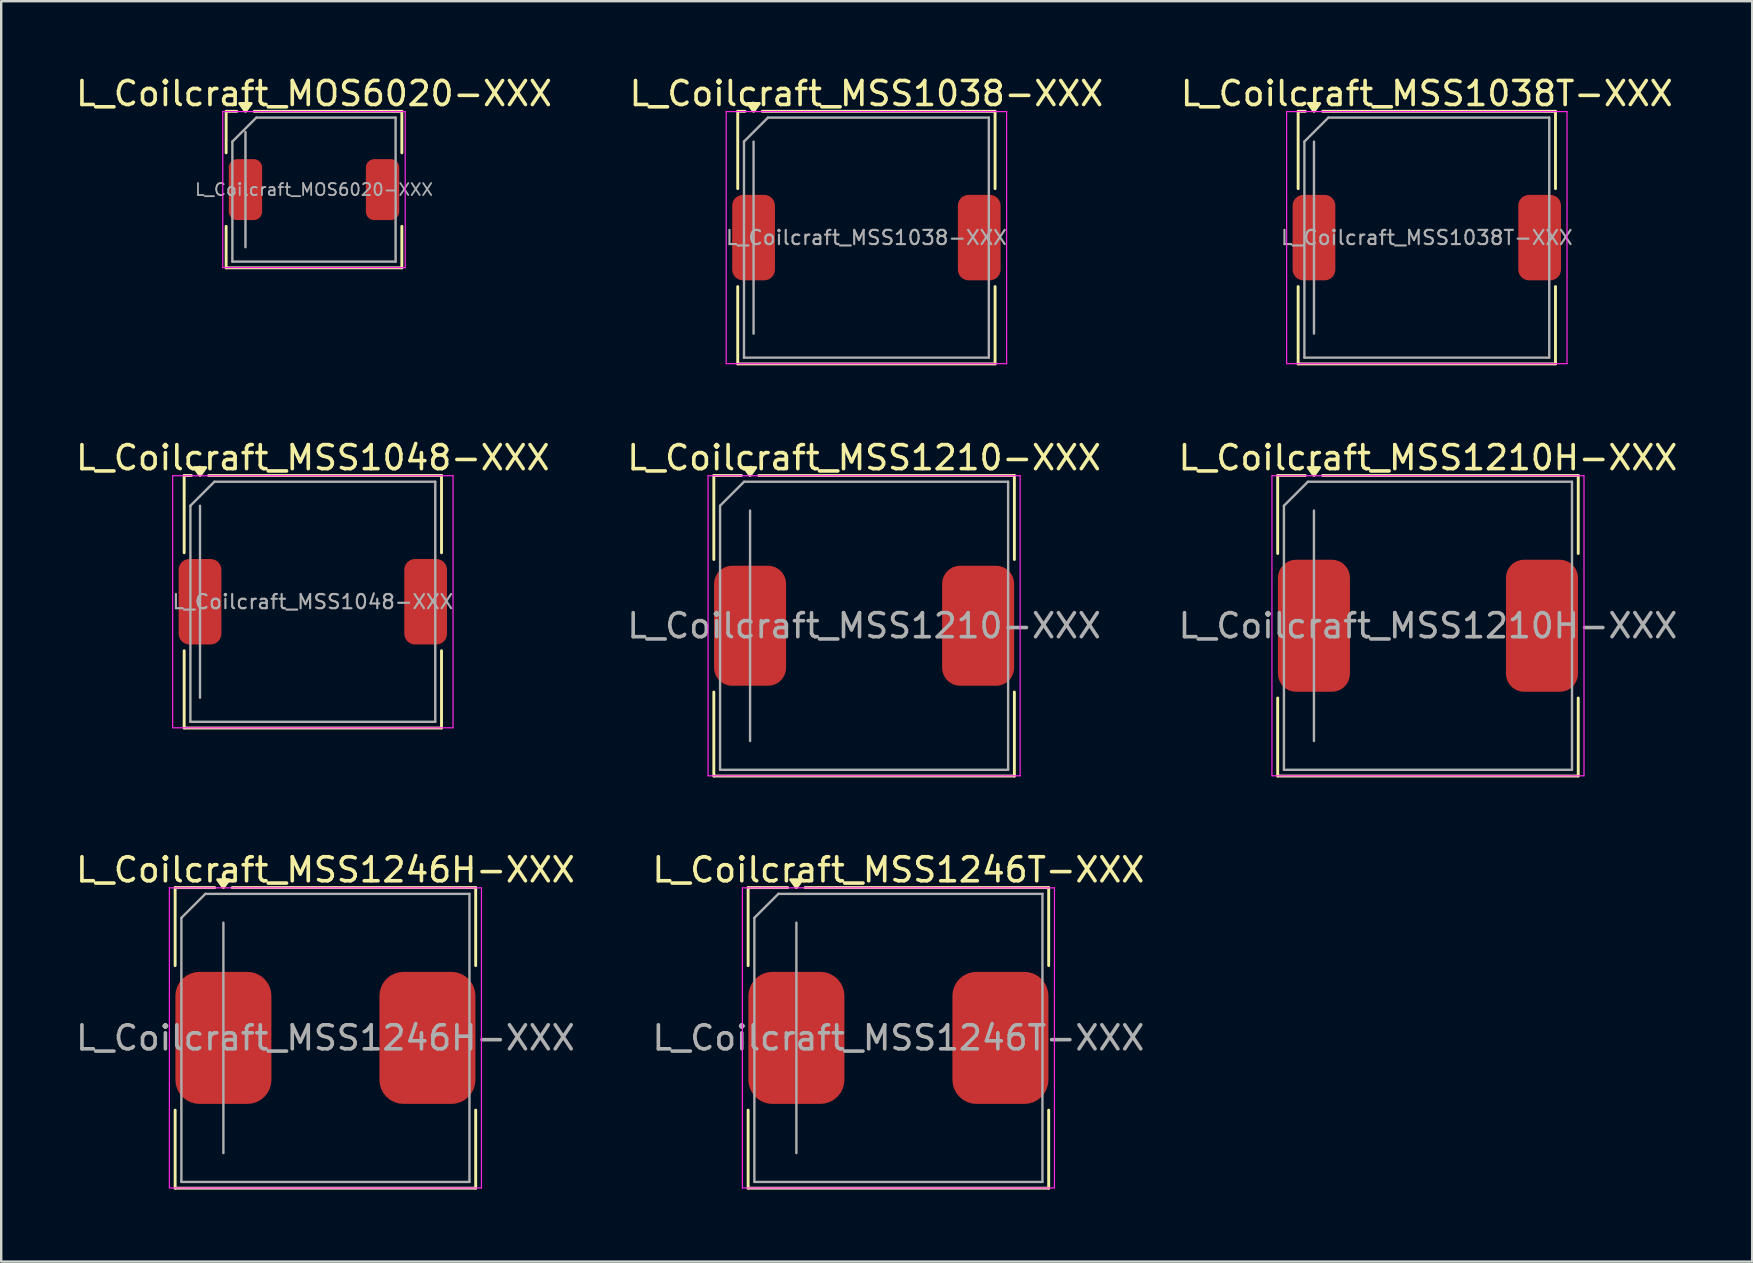
<source format=kicad_pcb>
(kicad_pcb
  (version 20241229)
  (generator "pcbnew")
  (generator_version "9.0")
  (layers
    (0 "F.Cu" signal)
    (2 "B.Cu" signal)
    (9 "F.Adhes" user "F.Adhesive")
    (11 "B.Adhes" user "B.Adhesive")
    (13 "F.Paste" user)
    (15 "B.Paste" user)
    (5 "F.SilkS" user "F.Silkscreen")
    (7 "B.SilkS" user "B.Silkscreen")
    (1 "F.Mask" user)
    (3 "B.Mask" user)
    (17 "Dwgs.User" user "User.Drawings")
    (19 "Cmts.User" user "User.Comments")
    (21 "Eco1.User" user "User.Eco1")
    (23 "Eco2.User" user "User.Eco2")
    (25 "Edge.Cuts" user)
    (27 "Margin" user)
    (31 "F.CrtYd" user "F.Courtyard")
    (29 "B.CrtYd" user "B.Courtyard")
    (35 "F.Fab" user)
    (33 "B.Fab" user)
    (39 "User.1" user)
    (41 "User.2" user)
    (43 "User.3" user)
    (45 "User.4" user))
  (footprint "L_Coilcraft_MSS1210H-XXX"
    (layer "F.Cu")
    (at 56.435 23.017)
    (property "Reference" "L_Coilcraft_MSS1210H-XXX" (at 0 -7 0) (layer "F.SilkS") (effects (font (size 1 1) (thickness 0.15))))
    (attr smd)
    (fp_line (start -6.26 -6.26) (end -6.26 -3.01) (stroke (width 0.12) (type solid)) (layer "F.SilkS"))
    (fp_line (start -6.26 -6.26) (end -5.11 -6.26) (stroke (width 0.12) (type solid)) (layer "F.SilkS"))
    (fp_line (start -6.26 6.26) (end -6.26 3.01) (stroke (width 0.12) (type solid)) (layer "F.SilkS"))
    (fp_line (start -6.26 6.26) (end 6.26 6.26) (stroke (width 0.12) (type solid)) (layer "F.SilkS"))
    (fp_line (start -4.39 -6.26) (end 6.26 -6.26) (stroke (width 0.12) (type solid)) (layer "F.SilkS"))
    (fp_line (start 6.26 -6.26) (end 6.26 -3.01) (stroke (width 0.12) (type solid)) (layer "F.SilkS"))
    (fp_line (start 6.26 6.26) (end 6.26 3.01) (stroke (width 0.12) (type solid)) (layer "F.SilkS"))
    (fp_poly (pts (xy -4.75 -6.26) (xy -4.99 -6.59) (xy -4.51 -6.59) (xy -4.75 -6.26)) (stroke (width 0.12) (type solid)) (fill yes) (layer "F.SilkS"))
    (fp_line (start -6.5 -6.25) (end -6.5 6.25) (stroke (width 0.05) (type solid)) (layer "F.CrtYd"))
    (fp_line (start -6.5 6.25) (end 6.5 6.25) (stroke (width 0.05) (type solid)) (layer "F.CrtYd"))
    (fp_line (start 6.5 -6.25) (end -6.5 -6.25) (stroke (width 0.05) (type solid)) (layer "F.CrtYd"))
    (fp_line (start 6.5 6.25) (end 6.5 -6.25) (stroke (width 0.05) (type solid)) (layer "F.CrtYd"))
    (fp_line (start -6 -5) (end -5 -6) (stroke (width 0.1) (type solid)) (layer "F.Fab"))
    (fp_line (start -6 6) (end -6 -5) (stroke (width 0.1) (type solid)) (layer "F.Fab"))
    (fp_line (start -5 -6) (end 6 -6) (stroke (width 0.1) (type solid)) (layer "F.Fab"))
    (fp_line (start -4.75 4.8) (end -4.75 -4.8) (stroke (width 0.1) (type solid)) (layer "F.Fab"))
    (fp_line (start 6 -6) (end 6 6) (stroke (width 0.1) (type solid)) (layer "F.Fab"))
    (fp_line (start 6 6) (end -6 6) (stroke (width 0.1) (type solid)) (layer "F.Fab"))
    (fp_text user "${REFERENCE}" (at 0 0 0) (layer "F.Fab") (effects (font (size 1 1) (thickness 0.15))))
    (pad "1" smd roundrect (at -4.75 0) (size 3 5.5) (layers "F.Cu" "F.Mask" "F.Paste") (roundrect_rratio 0.25))
    (pad "2" smd roundrect (at 4.75 0) (size 3 5.5) (layers "F.Cu" "F.Mask" "F.Paste") (roundrect_rratio 0.25)))
  (footprint "L_Coilcraft_MSS1210-XXX"
    (layer "F.Cu")
    (at 32.946 23.017)
    (property "Reference" "L_Coilcraft_MSS1210-XXX" (at 0 -7 0) (layer "F.SilkS") (effects (font (size 1 1) (thickness 0.15))))
    (attr smd)
    (fp_line (start -6.26 -6.26) (end -6.26 -2.76) (stroke (width 0.12) (type solid)) (layer "F.SilkS"))
    (fp_line (start -6.26 -6.26) (end -5.11 -6.26) (stroke (width 0.12) (type solid)) (layer "F.SilkS"))
    (fp_line (start -6.26 6.26) (end -6.26 2.76) (stroke (width 0.12) (type solid)) (layer "F.SilkS"))
    (fp_line (start -6.26 6.26) (end 6.26 6.26) (stroke (width 0.12) (type solid)) (layer "F.SilkS"))
    (fp_line (start -4.39 -6.26) (end 6.26 -6.26) (stroke (width 0.12) (type solid)) (layer "F.SilkS"))
    (fp_line (start 6.26 -6.26) (end 6.26 -2.76) (stroke (width 0.12) (type solid)) (layer "F.SilkS"))
    (fp_line (start 6.26 6.26) (end 6.26 2.76) (stroke (width 0.12) (type solid)) (layer "F.SilkS"))
    (fp_poly (pts (xy -4.75 -6.26) (xy -4.99 -6.59) (xy -4.51 -6.59) (xy -4.75 -6.26)) (stroke (width 0.12) (type solid)) (fill yes) (layer "F.SilkS"))
    (fp_line (start -6.5 -6.25) (end -6.5 6.25) (stroke (width 0.05) (type solid)) (layer "F.CrtYd"))
    (fp_line (start -6.5 6.25) (end 6.5 6.25) (stroke (width 0.05) (type solid)) (layer "F.CrtYd"))
    (fp_line (start 6.5 -6.25) (end -6.5 -6.25) (stroke (width 0.05) (type solid)) (layer "F.CrtYd"))
    (fp_line (start 6.5 6.25) (end 6.5 -6.25) (stroke (width 0.05) (type solid)) (layer "F.CrtYd"))
    (fp_line (start -6 -5) (end -5 -6) (stroke (width 0.1) (type solid)) (layer "F.Fab"))
    (fp_line (start -6 6) (end -6 -5) (stroke (width 0.1) (type solid)) (layer "F.Fab"))
    (fp_line (start -5 -6) (end 6 -6) (stroke (width 0.1) (type solid)) (layer "F.Fab"))
    (fp_line (start -4.75 4.8) (end -4.75 -4.8) (stroke (width 0.1) (type solid)) (layer "F.Fab"))
    (fp_line (start 6 -6) (end 6 6) (stroke (width 0.1) (type solid)) (layer "F.Fab"))
    (fp_line (start 6 6) (end -6 6) (stroke (width 0.1) (type solid)) (layer "F.Fab"))
    (fp_text user "${REFERENCE}" (at 0 0 0) (layer "F.Fab") (effects (font (size 1 1) (thickness 0.15))))
    (pad "1" smd roundrect (at -4.75 0) (size 3 5) (layers "F.Cu" "F.Mask" "F.Paste") (roundrect_rratio 0.25))
    (pad "2" smd roundrect (at 4.75 0) (size 3 5) (layers "F.Cu" "F.Mask" "F.Paste") (roundrect_rratio 0.25)))
  (footprint "L_Coilcraft_MSS1038T-XXX"
    (layer "F.Cu")
    (at 56.387 6.848)
    (property "Reference" "L_Coilcraft_MSS1038T-XXX" (at 0 -6 0) (layer "F.SilkS") (effects (font (size 1 1) (thickness 0.15))))
    (attr smd)
    (fp_line (start -5.36 -5.26) (end -5.36 -2.04) (stroke (width 0.12) (type solid)) (layer "F.SilkS"))
    (fp_line (start -5.36 -5.26) (end -5.06 -5.26) (stroke (width 0.12) (type solid)) (layer "F.SilkS"))
    (fp_line (start -5.36 5.26) (end -5.36 2.04) (stroke (width 0.12) (type solid)) (layer "F.SilkS"))
    (fp_line (start -5.36 5.26) (end 5.36 5.26) (stroke (width 0.12) (type solid)) (layer "F.SilkS"))
    (fp_line (start -4.34 -5.26) (end 5.36 -5.26) (stroke (width 0.12) (type solid)) (layer "F.SilkS"))
    (fp_line (start 5.36 -5.26) (end 5.36 -2.04) (stroke (width 0.12) (type solid)) (layer "F.SilkS"))
    (fp_line (start 5.36 5.26) (end 5.36 2.04) (stroke (width 0.12) (type solid)) (layer "F.SilkS"))
    (fp_poly (pts (xy -4.7 -5.26) (xy -4.94 -5.59) (xy -4.46 -5.59) (xy -4.7 -5.26)) (stroke (width 0.12) (type solid)) (fill yes) (layer "F.SilkS"))
    (fp_line (start -5.84 -5.25) (end -5.84 5.25) (stroke (width 0.05) (type solid)) (layer "F.CrtYd"))
    (fp_line (start -5.84 5.25) (end 5.84 5.25) (stroke (width 0.05) (type solid)) (layer "F.CrtYd"))
    (fp_line (start 5.84 -5.25) (end -5.84 -5.25) (stroke (width 0.05) (type solid)) (layer "F.CrtYd"))
    (fp_line (start 5.84 5.25) (end 5.84 -5.25) (stroke (width 0.05) (type solid)) (layer "F.CrtYd"))
    (fp_line (start -5.1 -4) (end -4.1 -5) (stroke (width 0.1) (type solid)) (layer "F.Fab"))
    (fp_line (start -5.1 5) (end -5.1 -4) (stroke (width 0.1) (type solid)) (layer "F.Fab"))
    (fp_line (start -4.7 4) (end -4.7 -4) (stroke (width 0.1) (type solid)) (layer "F.Fab"))
    (fp_line (start -4.1 -5) (end 5.1 -5) (stroke (width 0.1) (type solid)) (layer "F.Fab"))
    (fp_line (start 5.1 -5) (end 5.1 5) (stroke (width 0.1) (type solid)) (layer "F.Fab"))
    (fp_line (start 5.1 5) (end -5.1 5) (stroke (width 0.1) (type solid)) (layer "F.Fab"))
    (fp_text user "${REFERENCE}" (at 0 0 0) (layer "F.Fab") (effects (font (size 0.593 0.593) (thickness 0.089))))
    (pad "1" smd roundrect (at -4.7 0) (size 1.78 3.56) (layers "F.Cu" "F.Mask" "F.Paste") (roundrect_rratio 0.25))
    (pad "2" smd roundrect (at 4.7 0) (size 1.78 3.56) (layers "F.Cu" "F.Mask" "F.Paste") (roundrect_rratio 0.25)))
  (footprint "L_Coilcraft_MOS6020-XXX"
    (layer "F.Cu")
    (at 10.03 4.848)
    (property "Reference" "L_Coilcraft_MOS6020-XXX" (at 0 -4 0) (layer "F.SilkS") (effects (font (size 1 1) (thickness 0.15))))
    (attr smd)
    (fp_line (start -3.66 -3.26) (end -3.66 -1.53) (stroke (width 0.12) (type solid)) (layer "F.SilkS"))
    (fp_line (start -3.66 -3.26) (end -3.215 -3.26) (stroke (width 0.12) (type solid)) (layer "F.SilkS"))
    (fp_line (start -3.66 3.26) (end -3.66 1.53) (stroke (width 0.12) (type solid)) (layer "F.SilkS"))
    (fp_line (start -3.66 3.26) (end 3.66 3.26) (stroke (width 0.12) (type solid)) (layer "F.SilkS"))
    (fp_line (start -2.495 -3.26) (end 3.66 -3.26) (stroke (width 0.12) (type solid)) (layer "F.SilkS"))
    (fp_line (start 3.66 -3.26) (end 3.66 -1.53) (stroke (width 0.12) (type solid)) (layer "F.SilkS"))
    (fp_line (start 3.66 3.26) (end 3.66 1.53) (stroke (width 0.12) (type solid)) (layer "F.SilkS"))
    (fp_poly (pts (xy -2.855 -3.26) (xy -3.095 -3.59) (xy -2.615 -3.59) (xy -2.855 -3.26)) (stroke (width 0.12) (type solid)) (fill yes) (layer "F.SilkS"))
    (fp_line (start -3.8 -3.25) (end -3.8 3.25) (stroke (width 0.05) (type solid)) (layer "F.CrtYd"))
    (fp_line (start -3.8 3.25) (end 3.8 3.25) (stroke (width 0.05) (type solid)) (layer "F.CrtYd"))
    (fp_line (start 3.8 -3.25) (end -3.8 -3.25) (stroke (width 0.05) (type solid)) (layer "F.CrtYd"))
    (fp_line (start 3.8 3.25) (end 3.8 -3.25) (stroke (width 0.05) (type solid)) (layer "F.CrtYd"))
    (fp_line (start -3.4 -2) (end -2.4 -3) (stroke (width 0.1) (type solid)) (layer "F.Fab"))
    (fp_line (start -3.4 3) (end -3.4 -2) (stroke (width 0.1) (type solid)) (layer "F.Fab"))
    (fp_line (start -2.855 2.4) (end -2.855 -2.4) (stroke (width 0.1) (type solid)) (layer "F.Fab"))
    (fp_line (start -2.4 -3) (end 3.4 -3) (stroke (width 0.1) (type solid)) (layer "F.Fab"))
    (fp_line (start 3.4 -3) (end 3.4 3) (stroke (width 0.1) (type solid)) (layer "F.Fab"))
    (fp_line (start 3.4 3) (end -3.4 3) (stroke (width 0.1) (type solid)) (layer "F.Fab"))
    (fp_text user "${REFERENCE}" (at 0 0 0) (layer "F.Fab") (effects (font (size 0.5 0.5) (thickness 0.075))))
    (pad "1" smd roundrect (at -2.855 0) (size 1.39 2.54) (layers "F.Cu" "F.Mask" "F.Paste") (roundrect_rratio 0.25))
    (pad "2" smd roundrect (at 2.855 0) (size 1.39 2.54) (layers "F.Cu" "F.Mask" "F.Paste") (roundrect_rratio 0.25)))
  (footprint "L_Coilcraft_MSS1246T-XXX"
    (layer "F.Cu")
    (at 34.375 40.185)
    (property "Reference" "L_Coilcraft_MSS1246T-XXX" (at 0 -7 0) (layer "F.SilkS") (effects (font (size 1 1) (thickness 0.15))))
    (attr smd)
    (fp_line (start -6.26 -6.26) (end -6.26 -3.01) (stroke (width 0.12) (type solid)) (layer "F.SilkS"))
    (fp_line (start -6.26 -6.26) (end -4.61 -6.26) (stroke (width 0.12) (type solid)) (layer "F.SilkS"))
    (fp_line (start -6.26 6.26) (end -6.26 3.01) (stroke (width 0.12) (type solid)) (layer "F.SilkS"))
    (fp_line (start -6.26 6.26) (end 6.26 6.26) (stroke (width 0.12) (type solid)) (layer "F.SilkS"))
    (fp_line (start -3.89 -6.26) (end 6.26 -6.26) (stroke (width 0.12) (type solid)) (layer "F.SilkS"))
    (fp_line (start 6.26 -6.26) (end 6.26 -3.01) (stroke (width 0.12) (type solid)) (layer "F.SilkS"))
    (fp_line (start 6.26 6.26) (end 6.26 3.01) (stroke (width 0.12) (type solid)) (layer "F.SilkS"))
    (fp_poly (pts (xy -4.25 -6.26) (xy -4.49 -6.59) (xy -4.01 -6.59) (xy -4.25 -6.26)) (stroke (width 0.12) (type solid)) (fill yes) (layer "F.SilkS"))
    (fp_line (start -6.5 -6.25) (end -6.5 6.25) (stroke (width 0.05) (type solid)) (layer "F.CrtYd"))
    (fp_line (start -6.5 6.25) (end 6.5 6.25) (stroke (width 0.05) (type solid)) (layer "F.CrtYd"))
    (fp_line (start 6.5 -6.25) (end -6.5 -6.25) (stroke (width 0.05) (type solid)) (layer "F.CrtYd"))
    (fp_line (start 6.5 6.25) (end 6.5 -6.25) (stroke (width 0.05) (type solid)) (layer "F.CrtYd"))
    (fp_line (start -6 -5) (end -5 -6) (stroke (width 0.1) (type solid)) (layer "F.Fab"))
    (fp_line (start -6 6) (end -6 -5) (stroke (width 0.1) (type solid)) (layer "F.Fab"))
    (fp_line (start -5 -6) (end 6 -6) (stroke (width 0.1) (type solid)) (layer "F.Fab"))
    (fp_line (start -4.25 4.8) (end -4.25 -4.8) (stroke (width 0.1) (type solid)) (layer "F.Fab"))
    (fp_line (start 6 -6) (end 6 6) (stroke (width 0.1) (type solid)) (layer "F.Fab"))
    (fp_line (start 6 6) (end -6 6) (stroke (width 0.1) (type solid)) (layer "F.Fab"))
    (fp_text user "${REFERENCE}" (at 0 0 0) (layer "F.Fab") (effects (font (size 1 1) (thickness 0.15))))
    (pad "1" smd roundrect (at -4.25 0) (size 4 5.5) (layers "F.Cu" "F.Mask" "F.Paste") (roundrect_rratio 0.25))
    (pad "2" smd roundrect (at 4.25 0) (size 4 5.5) (layers "F.Cu" "F.Mask" "F.Paste") (roundrect_rratio 0.25)))
  (footprint "L_Coilcraft_MSS1048-XXX"
    (layer "F.Cu")
    (at 9.982 22.017)
    (property "Reference" "L_Coilcraft_MSS1048-XXX" (at 0 -6 0) (layer "F.SilkS") (effects (font (size 1 1) (thickness 0.15))))
    (attr smd)
    (fp_line (start -5.36 -5.26) (end -5.36 -2.04) (stroke (width 0.12) (type solid)) (layer "F.SilkS"))
    (fp_line (start -5.36 -5.26) (end -5.06 -5.26) (stroke (width 0.12) (type solid)) (layer "F.SilkS"))
    (fp_line (start -5.36 5.26) (end -5.36 2.04) (stroke (width 0.12) (type solid)) (layer "F.SilkS"))
    (fp_line (start -5.36 5.26) (end 5.36 5.26) (stroke (width 0.12) (type solid)) (layer "F.SilkS"))
    (fp_line (start -4.34 -5.26) (end 5.36 -5.26) (stroke (width 0.12) (type solid)) (layer "F.SilkS"))
    (fp_line (start 5.36 -5.26) (end 5.36 -2.04) (stroke (width 0.12) (type solid)) (layer "F.SilkS"))
    (fp_line (start 5.36 5.26) (end 5.36 2.04) (stroke (width 0.12) (type solid)) (layer "F.SilkS"))
    (fp_poly (pts (xy -4.7 -5.26) (xy -4.94 -5.59) (xy -4.46 -5.59) (xy -4.7 -5.26)) (stroke (width 0.12) (type solid)) (fill yes) (layer "F.SilkS"))
    (fp_line (start -5.84 -5.25) (end -5.84 5.25) (stroke (width 0.05) (type solid)) (layer "F.CrtYd"))
    (fp_line (start -5.84 5.25) (end 5.84 5.25) (stroke (width 0.05) (type solid)) (layer "F.CrtYd"))
    (fp_line (start 5.84 -5.25) (end -5.84 -5.25) (stroke (width 0.05) (type solid)) (layer "F.CrtYd"))
    (fp_line (start 5.84 5.25) (end 5.84 -5.25) (stroke (width 0.05) (type solid)) (layer "F.CrtYd"))
    (fp_line (start -5.1 -4) (end -4.1 -5) (stroke (width 0.1) (type solid)) (layer "F.Fab"))
    (fp_line (start -5.1 5) (end -5.1 -4) (stroke (width 0.1) (type solid)) (layer "F.Fab"))
    (fp_line (start -4.7 4) (end -4.7 -4) (stroke (width 0.1) (type solid)) (layer "F.Fab"))
    (fp_line (start -4.1 -5) (end 5.1 -5) (stroke (width 0.1) (type solid)) (layer "F.Fab"))
    (fp_line (start 5.1 -5) (end 5.1 5) (stroke (width 0.1) (type solid)) (layer "F.Fab"))
    (fp_line (start 5.1 5) (end -5.1 5) (stroke (width 0.1) (type solid)) (layer "F.Fab"))
    (fp_text user "${REFERENCE}" (at 0 0 0) (layer "F.Fab") (effects (font (size 0.593 0.593) (thickness 0.089))))
    (pad "1" smd roundrect (at -4.7 0) (size 1.78 3.56) (layers "F.Cu" "F.Mask" "F.Paste") (roundrect_rratio 0.25))
    (pad "2" smd roundrect (at 4.7 0) (size 1.78 3.56) (layers "F.Cu" "F.Mask" "F.Paste") (roundrect_rratio 0.25)))
  (footprint "L_Coilcraft_MSS1038-XXX"
    (layer "F.Cu")
    (at 33.042 6.848)
    (property "Reference" "L_Coilcraft_MSS1038-XXX" (at 0 -6 0) (layer "F.SilkS") (effects (font (size 1 1) (thickness 0.15))))
    (attr smd)
    (fp_line (start -5.36 -5.26) (end -5.36 -2.04) (stroke (width 0.12) (type solid)) (layer "F.SilkS"))
    (fp_line (start -5.36 -5.26) (end -5.06 -5.26) (stroke (width 0.12) (type solid)) (layer "F.SilkS"))
    (fp_line (start -5.36 5.26) (end -5.36 2.04) (stroke (width 0.12) (type solid)) (layer "F.SilkS"))
    (fp_line (start -5.36 5.26) (end 5.36 5.26) (stroke (width 0.12) (type solid)) (layer "F.SilkS"))
    (fp_line (start -4.34 -5.26) (end 5.36 -5.26) (stroke (width 0.12) (type solid)) (layer "F.SilkS"))
    (fp_line (start 5.36 -5.26) (end 5.36 -2.04) (stroke (width 0.12) (type solid)) (layer "F.SilkS"))
    (fp_line (start 5.36 5.26) (end 5.36 2.04) (stroke (width 0.12) (type solid)) (layer "F.SilkS"))
    (fp_poly (pts (xy -4.7 -5.26) (xy -4.94 -5.59) (xy -4.46 -5.59) (xy -4.7 -5.26)) (stroke (width 0.12) (type solid)) (fill yes) (layer "F.SilkS"))
    (fp_line (start -5.84 -5.25) (end -5.84 5.25) (stroke (width 0.05) (type solid)) (layer "F.CrtYd"))
    (fp_line (start -5.84 5.25) (end 5.84 5.25) (stroke (width 0.05) (type solid)) (layer "F.CrtYd"))
    (fp_line (start 5.84 -5.25) (end -5.84 -5.25) (stroke (width 0.05) (type solid)) (layer "F.CrtYd"))
    (fp_line (start 5.84 5.25) (end 5.84 -5.25) (stroke (width 0.05) (type solid)) (layer "F.CrtYd"))
    (fp_line (start -5.1 -4) (end -4.1 -5) (stroke (width 0.1) (type solid)) (layer "F.Fab"))
    (fp_line (start -5.1 5) (end -5.1 -4) (stroke (width 0.1) (type solid)) (layer "F.Fab"))
    (fp_line (start -4.7 4) (end -4.7 -4) (stroke (width 0.1) (type solid)) (layer "F.Fab"))
    (fp_line (start -4.1 -5) (end 5.1 -5) (stroke (width 0.1) (type solid)) (layer "F.Fab"))
    (fp_line (start 5.1 -5) (end 5.1 5) (stroke (width 0.1) (type solid)) (layer "F.Fab"))
    (fp_line (start 5.1 5) (end -5.1 5) (stroke (width 0.1) (type solid)) (layer "F.Fab"))
    (fp_text user "${REFERENCE}" (at 0 0 0) (layer "F.Fab") (effects (font (size 0.593 0.593) (thickness 0.089))))
    (pad "1" smd roundrect (at -4.7 0) (size 1.78 3.56) (layers "F.Cu" "F.Mask" "F.Paste") (roundrect_rratio 0.25))
    (pad "2" smd roundrect (at 4.7 0) (size 1.78 3.56) (layers "F.Cu" "F.Mask" "F.Paste") (roundrect_rratio 0.25)))
  (footprint "L_Coilcraft_MSS1246H-XXX"
    (layer "F.Cu")
    (at 10.506 40.185)
    (property "Reference" "L_Coilcraft_MSS1246H-XXX" (at 0 -7 0) (layer "F.SilkS") (effects (font (size 1 1) (thickness 0.15))))
    (attr smd)
    (fp_line (start -6.26 -6.26) (end -6.26 -3.01) (stroke (width 0.12) (type solid)) (layer "F.SilkS"))
    (fp_line (start -6.26 -6.26) (end -4.61 -6.26) (stroke (width 0.12) (type solid)) (layer "F.SilkS"))
    (fp_line (start -6.26 6.26) (end -6.26 3.01) (stroke (width 0.12) (type solid)) (layer "F.SilkS"))
    (fp_line (start -6.26 6.26) (end 6.26 6.26) (stroke (width 0.12) (type solid)) (layer "F.SilkS"))
    (fp_line (start -3.89 -6.26) (end 6.26 -6.26) (stroke (width 0.12) (type solid)) (layer "F.SilkS"))
    (fp_line (start 6.26 -6.26) (end 6.26 -3.01) (stroke (width 0.12) (type solid)) (layer "F.SilkS"))
    (fp_line (start 6.26 6.26) (end 6.26 3.01) (stroke (width 0.12) (type solid)) (layer "F.SilkS"))
    (fp_poly (pts (xy -4.25 -6.26) (xy -4.49 -6.59) (xy -4.01 -6.59) (xy -4.25 -6.26)) (stroke (width 0.12) (type solid)) (fill yes) (layer "F.SilkS"))
    (fp_line (start -6.5 -6.25) (end -6.5 6.25) (stroke (width 0.05) (type solid)) (layer "F.CrtYd"))
    (fp_line (start -6.5 6.25) (end 6.5 6.25) (stroke (width 0.05) (type solid)) (layer "F.CrtYd"))
    (fp_line (start 6.5 -6.25) (end -6.5 -6.25) (stroke (width 0.05) (type solid)) (layer "F.CrtYd"))
    (fp_line (start 6.5 6.25) (end 6.5 -6.25) (stroke (width 0.05) (type solid)) (layer "F.CrtYd"))
    (fp_line (start -6 -5) (end -5 -6) (stroke (width 0.1) (type solid)) (layer "F.Fab"))
    (fp_line (start -6 6) (end -6 -5) (stroke (width 0.1) (type solid)) (layer "F.Fab"))
    (fp_line (start -5 -6) (end 6 -6) (stroke (width 0.1) (type solid)) (layer "F.Fab"))
    (fp_line (start -4.25 4.8) (end -4.25 -4.8) (stroke (width 0.1) (type solid)) (layer "F.Fab"))
    (fp_line (start 6 -6) (end 6 6) (stroke (width 0.1) (type solid)) (layer "F.Fab"))
    (fp_line (start 6 6) (end -6 6) (stroke (width 0.1) (type solid)) (layer "F.Fab"))
    (fp_text user "${REFERENCE}" (at 0 0 0) (layer "F.Fab") (effects (font (size 1 1) (thickness 0.15))))
    (pad "1" smd roundrect (at -4.25 0) (size 4 5.5) (layers "F.Cu" "F.Mask" "F.Paste") (roundrect_rratio 0.25))
    (pad "2" smd roundrect (at 4.25 0) (size 4 5.5) (layers "F.Cu" "F.Mask" "F.Paste") (roundrect_rratio 0.25)))
  (gr_rect
    (start -3 -3)
    (end 69.94 49.505)
    (stroke (width 0.1) (type default))
    (fill no)
    (layer "Edge.Cuts")))
</source>
